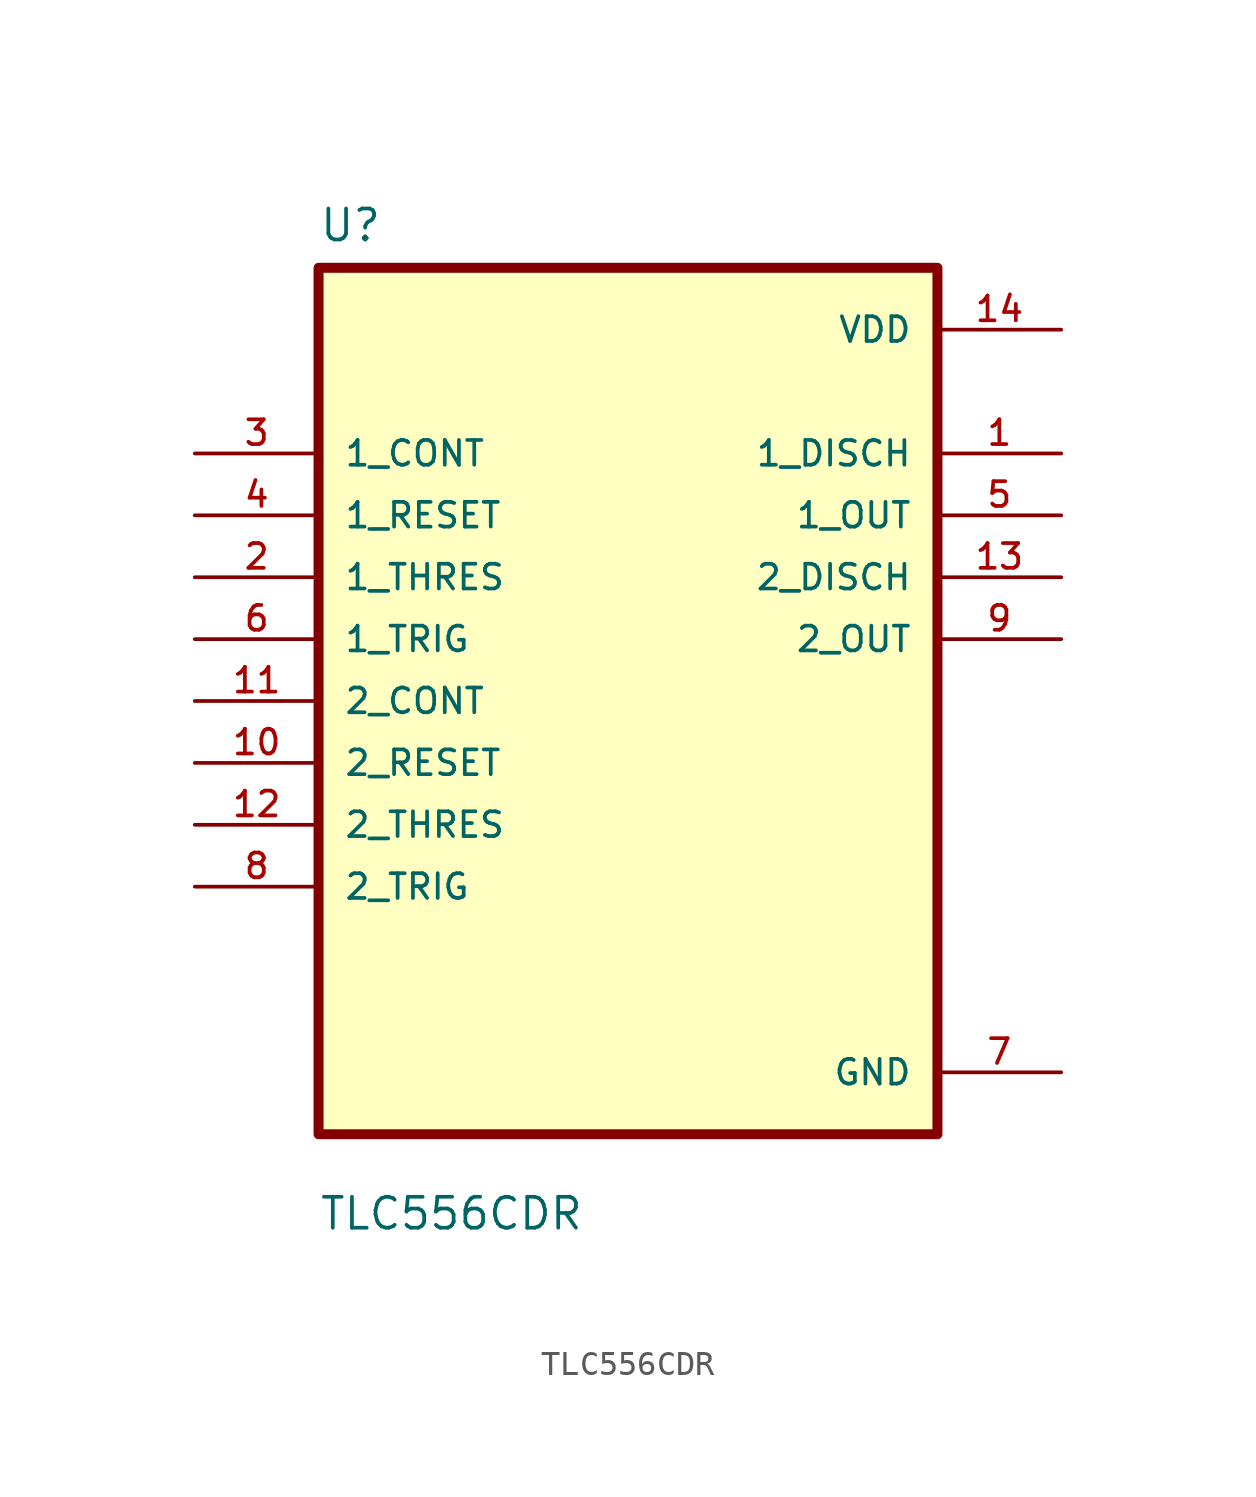
<source format=kicad_sym>
(kicad_symbol_lib
  (version 20211014)
  (generator kicad_symbol_editor)
  (symbol "TLC556CDR"
    (pin_names
      (offset 1.016))
    (property "Reference" "U"
      (at -12.7 18.78 0.0)
      (effects (font (size 1.27 1.27)) (justify bottom left)))
    (property "Value" "TLC556CDR"
      (at -12.7 -21.78 0.0)
      (effects (font (size 1.27 1.27)) (justify bottom left)))
    (symbol "TLC556CDR_0_0"
      (rectangle (start -12.7 -17.78) (end 12.7 17.78) (stroke (width 0.41)) (fill (type background)))
      (pin input line (at -17.78 10.16 0) (length 5.08) (name "1_CONT" (effects (font (size 1.016 1.016)))) (number "3" (effects (font (size 1.016 1.016)))))
      (pin input line (at -17.78 7.62 0) (length 5.08) (name "1_RESET" (effects (font (size 1.016 1.016)))) (number "4" (effects (font (size 1.016 1.016)))))
      (pin input line (at -17.78 5.08 0) (length 5.08) (name "1_THRES" (effects (font (size 1.016 1.016)))) (number "2" (effects (font (size 1.016 1.016)))))
      (pin input line (at -17.78 2.54 0) (length 5.08) (name "1_TRIG" (effects (font (size 1.016 1.016)))) (number "6" (effects (font (size 1.016 1.016)))))
      (pin input line (at -17.78 0.0 0) (length 5.08) (name "2_CONT" (effects (font (size 1.016 1.016)))) (number "11" (effects (font (size 1.016 1.016)))))
      (pin input line (at -17.78 -2.54 0) (length 5.08) (name "2_RESET" (effects (font (size 1.016 1.016)))) (number "10" (effects (font (size 1.016 1.016)))))
      (pin input line (at -17.78 -5.08 0) (length 5.08) (name "2_THRES" (effects (font (size 1.016 1.016)))) (number "12" (effects (font (size 1.016 1.016)))))
      (pin input line (at -17.78 -7.62 0) (length 5.08) (name "2_TRIG" (effects (font (size 1.016 1.016)))) (number "8" (effects (font (size 1.016 1.016)))))
      (pin power_in line (at 17.78 15.24 180.0) (length 5.08) (name "VDD" (effects (font (size 1.016 1.016)))) (number "14" (effects (font (size 1.016 1.016)))))
      (pin output line (at 17.78 10.16 180.0) (length 5.08) (name "1_DISCH" (effects (font (size 1.016 1.016)))) (number "1" (effects (font (size 1.016 1.016)))))
      (pin output line (at 17.78 7.62 180.0) (length 5.08) (name "1_OUT" (effects (font (size 1.016 1.016)))) (number "5" (effects (font (size 1.016 1.016)))))
      (pin output line (at 17.78 5.08 180.0) (length 5.08) (name "2_DISCH" (effects (font (size 1.016 1.016)))) (number "13" (effects (font (size 1.016 1.016)))))
      (pin output line (at 17.78 2.54 180.0) (length 5.08) (name "2_OUT" (effects (font (size 1.016 1.016)))) (number "9" (effects (font (size 1.016 1.016)))))
      (pin power_in line (at 17.78 -15.24 180.0) (length 5.08) (name "GND" (effects (font (size 1.016 1.016)))) (number "7" (effects (font (size 1.016 1.016))))))))
</source>
